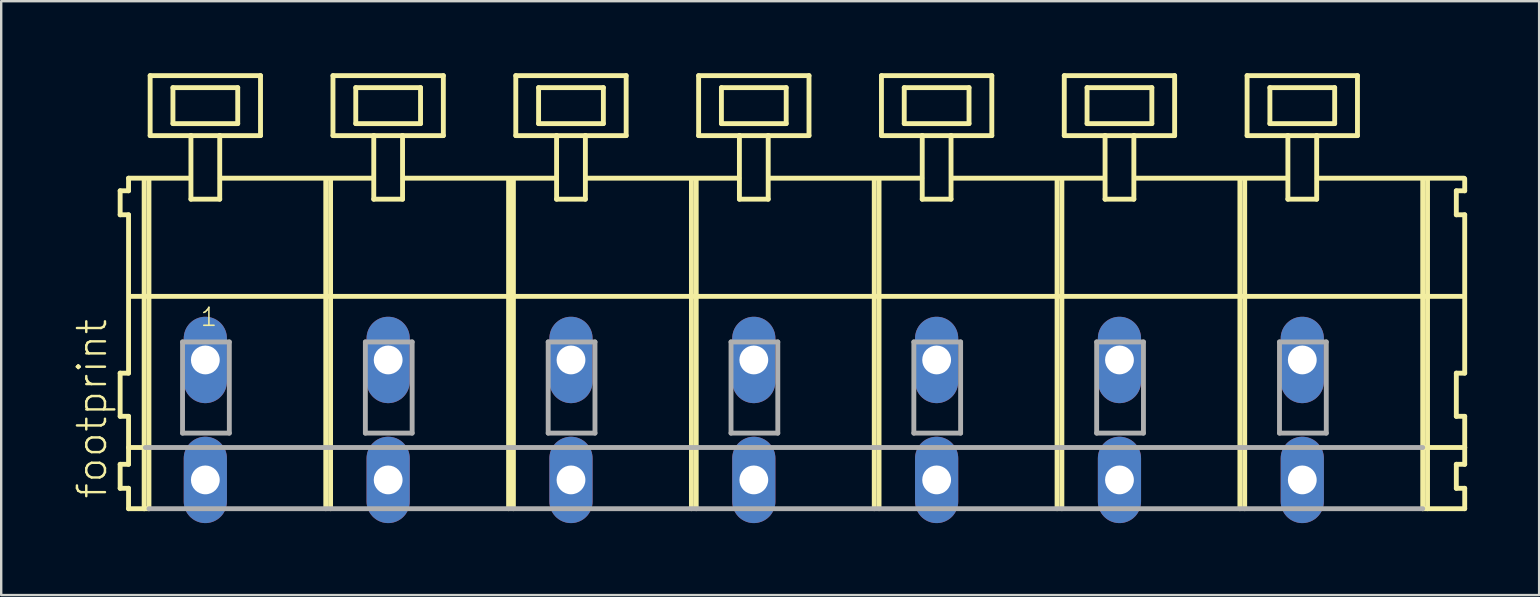
<source format=kicad_pcb>
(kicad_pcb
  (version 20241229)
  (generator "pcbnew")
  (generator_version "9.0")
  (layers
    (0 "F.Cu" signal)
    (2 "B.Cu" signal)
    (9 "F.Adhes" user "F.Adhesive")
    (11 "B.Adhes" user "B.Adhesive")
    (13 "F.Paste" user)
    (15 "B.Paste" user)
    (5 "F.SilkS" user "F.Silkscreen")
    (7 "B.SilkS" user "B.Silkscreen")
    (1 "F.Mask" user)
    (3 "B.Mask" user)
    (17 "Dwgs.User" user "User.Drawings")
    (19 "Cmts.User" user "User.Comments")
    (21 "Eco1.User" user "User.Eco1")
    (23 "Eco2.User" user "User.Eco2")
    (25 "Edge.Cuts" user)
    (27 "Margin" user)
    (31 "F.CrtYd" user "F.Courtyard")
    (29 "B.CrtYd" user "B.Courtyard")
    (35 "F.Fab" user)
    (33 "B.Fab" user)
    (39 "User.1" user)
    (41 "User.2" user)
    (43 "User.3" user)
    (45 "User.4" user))
  (footprint "footprint"
    (layer "F.Cu")
    (at 25.828 11.952)
    (property "Reference" "footprint" (at -24.355 5.855 90) (layer "F.SilkS") (effects (font (size 1.168 1.168) (thickness 0.102)) (justify left bottom)))
    (fp_line (start -23.87 -7.05) (end -23.87 -6.05) (stroke (width 0.203) (type solid)) (layer "F.SilkS"))
    (fp_line (start -23.87 -6.05) (end -23.52 -6.05) (stroke (width 0.203) (type solid)) (layer "F.SilkS"))
    (fp_line (start -23.87 0.55) (end -23.87 2.35) (stroke (width 0.203) (type solid)) (layer "F.SilkS"))
    (fp_line (start -23.87 2.35) (end -23.52 2.35) (stroke (width 0.203) (type solid)) (layer "F.SilkS"))
    (fp_line (start -23.87 4.35) (end -23.87 5.35) (stroke (width 0.203) (type solid)) (layer "F.SilkS"))
    (fp_line (start -23.87 5.35) (end -23.52 5.35) (stroke (width 0.203) (type solid)) (layer "F.SilkS"))
    (fp_line (start -23.52 -7.575) (end -23.52 -7.05) (stroke (width 0.203) (type solid)) (layer "F.SilkS"))
    (fp_line (start -23.52 -7.575) (end -20.945 -7.575) (stroke (width 0.203) (type solid)) (layer "F.SilkS"))
    (fp_line (start -23.52 -7.05) (end -23.87 -7.05) (stroke (width 0.203) (type solid)) (layer "F.SilkS"))
    (fp_line (start -23.52 -6.05) (end -23.52 0.55) (stroke (width 0.203) (type solid)) (layer "F.SilkS"))
    (fp_line (start -23.52 0.55) (end -23.87 0.55) (stroke (width 0.203) (type solid)) (layer "F.SilkS"))
    (fp_line (start -23.52 2.35) (end -23.52 4.35) (stroke (width 0.203) (type solid)) (layer "F.SilkS"))
    (fp_line (start -23.52 3.65) (end -22.82 3.65) (stroke (width 0.203) (type solid)) (layer "F.SilkS"))
    (fp_line (start -23.52 4.35) (end -23.87 4.35) (stroke (width 0.203) (type solid)) (layer "F.SilkS"))
    (fp_line (start -23.52 5.35) (end -23.52 6.2) (stroke (width 0.203) (type solid)) (layer "F.SilkS"))
    (fp_line (start -23.52 6.2) (end -22.87 6.2) (stroke (width 0.203) (type solid)) (layer "F.SilkS"))
    (fp_line (start -23.47 -2.65) (end 32.12 -2.65) (stroke (width 0.203) (type solid)) (layer "F.SilkS"))
    (fp_line (start -22.87 -7.55) (end -22.87 6.2) (stroke (width 0.203) (type solid)) (layer "F.SilkS"))
    (fp_line (start -22.87 6.2) (end -22.67 6.2) (stroke (width 0.203) (type solid)) (layer "F.SilkS"))
    (fp_line (start -22.67 -7.55) (end -22.67 6.2) (stroke (width 0.203) (type solid)) (layer "F.SilkS"))
    (fp_line (start -22.62 -11.85) (end -22.62 -9.35) (stroke (width 0.203) (type solid)) (layer "F.SilkS"))
    (fp_line (start -22.62 -9.35) (end -20.92 -9.35) (stroke (width 0.203) (type solid)) (layer "F.SilkS"))
    (fp_line (start -21.67 -11.35) (end -21.67 -9.85) (stroke (width 0.203) (type solid)) (layer "F.SilkS"))
    (fp_line (start -21.67 -9.85) (end -18.97 -9.85) (stroke (width 0.203) (type solid)) (layer "F.SilkS"))
    (fp_line (start -20.92 -9.35) (end -20.92 -6.7) (stroke (width 0.203) (type solid)) (layer "F.SilkS"))
    (fp_line (start -20.92 -9.35) (end -19.72 -9.35) (stroke (width 0.203) (type solid)) (layer "F.SilkS"))
    (fp_line (start -20.92 -6.7) (end -19.72 -6.7) (stroke (width 0.203) (type solid)) (layer "F.SilkS"))
    (fp_line (start -19.72 -9.35) (end -18.02 -9.35) (stroke (width 0.203) (type solid)) (layer "F.SilkS"))
    (fp_line (start -19.72 -6.7) (end -19.72 -9.35) (stroke (width 0.203) (type solid)) (layer "F.SilkS"))
    (fp_line (start -19.695 -7.575) (end -13.321 -7.575) (stroke (width 0.203) (type solid)) (layer "F.SilkS"))
    (fp_line (start -18.97 -11.35) (end -21.67 -11.35) (stroke (width 0.203) (type solid)) (layer "F.SilkS"))
    (fp_line (start -18.97 -9.85) (end -18.97 -11.35) (stroke (width 0.203) (type solid)) (layer "F.SilkS"))
    (fp_line (start -18.02 -11.85) (end -22.62 -11.85) (stroke (width 0.203) (type solid)) (layer "F.SilkS"))
    (fp_line (start -18.02 -9.35) (end -18.02 -11.85) (stroke (width 0.203) (type solid)) (layer "F.SilkS"))
    (fp_line (start -15.3 -7.55) (end -15.3 6.2) (stroke (width 0.203) (type solid)) (layer "F.SilkS"))
    (fp_line (start -15.1 -7.55) (end -15.1 6.2) (stroke (width 0.203) (type solid)) (layer "F.SilkS"))
    (fp_line (start -15 -11.85) (end -15 -9.35) (stroke (width 0.203) (type solid)) (layer "F.SilkS"))
    (fp_line (start -15 -9.35) (end -13.3 -9.35) (stroke (width 0.203) (type solid)) (layer "F.SilkS"))
    (fp_line (start -14.05 -11.35) (end -14.05 -9.85) (stroke (width 0.203) (type solid)) (layer "F.SilkS"))
    (fp_line (start -14.05 -9.85) (end -11.35 -9.85) (stroke (width 0.203) (type solid)) (layer "F.SilkS"))
    (fp_line (start -13.3 -9.35) (end -13.3 -6.7) (stroke (width 0.203) (type solid)) (layer "F.SilkS"))
    (fp_line (start -13.3 -9.35) (end -12.1 -9.35) (stroke (width 0.203) (type solid)) (layer "F.SilkS"))
    (fp_line (start -13.3 -6.7) (end -12.1 -6.7) (stroke (width 0.203) (type solid)) (layer "F.SilkS"))
    (fp_line (start -12.1 -9.35) (end -10.4 -9.35) (stroke (width 0.203) (type solid)) (layer "F.SilkS"))
    (fp_line (start -12.1 -6.7) (end -12.1 -9.35) (stroke (width 0.203) (type solid)) (layer "F.SilkS"))
    (fp_line (start -12.075 -7.575) (end -5.701 -7.575) (stroke (width 0.203) (type solid)) (layer "F.SilkS"))
    (fp_line (start -11.35 -11.35) (end -14.05 -11.35) (stroke (width 0.203) (type solid)) (layer "F.SilkS"))
    (fp_line (start -11.35 -9.85) (end -11.35 -11.35) (stroke (width 0.203) (type solid)) (layer "F.SilkS"))
    (fp_line (start -10.4 -11.85) (end -15 -11.85) (stroke (width 0.203) (type solid)) (layer "F.SilkS"))
    (fp_line (start -10.4 -9.35) (end -10.4 -11.85) (stroke (width 0.203) (type solid)) (layer "F.SilkS"))
    (fp_line (start -7.68 -7.55) (end -7.68 6.2) (stroke (width 0.203) (type solid)) (layer "F.SilkS"))
    (fp_line (start -7.48 -7.55) (end -7.48 6.2) (stroke (width 0.203) (type solid)) (layer "F.SilkS"))
    (fp_line (start -7.38 -11.85) (end -7.38 -9.35) (stroke (width 0.203) (type solid)) (layer "F.SilkS"))
    (fp_line (start -7.38 -9.35) (end -5.68 -9.35) (stroke (width 0.203) (type solid)) (layer "F.SilkS"))
    (fp_line (start -6.43 -11.35) (end -6.43 -9.85) (stroke (width 0.203) (type solid)) (layer "F.SilkS"))
    (fp_line (start -6.43 -9.85) (end -3.73 -9.85) (stroke (width 0.203) (type solid)) (layer "F.SilkS"))
    (fp_line (start -5.68 -9.35) (end -5.68 -6.7) (stroke (width 0.203) (type solid)) (layer "F.SilkS"))
    (fp_line (start -5.68 -9.35) (end -4.48 -9.35) (stroke (width 0.203) (type solid)) (layer "F.SilkS"))
    (fp_line (start -5.68 -6.7) (end -4.48 -6.7) (stroke (width 0.203) (type solid)) (layer "F.SilkS"))
    (fp_line (start -4.48 -9.35) (end -2.78 -9.35) (stroke (width 0.203) (type solid)) (layer "F.SilkS"))
    (fp_line (start -4.48 -6.7) (end -4.48 -9.35) (stroke (width 0.203) (type solid)) (layer "F.SilkS"))
    (fp_line (start -4.455 -7.575) (end 1.919 -7.575) (stroke (width 0.203) (type solid)) (layer "F.SilkS"))
    (fp_line (start -3.73 -11.35) (end -6.43 -11.35) (stroke (width 0.203) (type solid)) (layer "F.SilkS"))
    (fp_line (start -3.73 -9.85) (end -3.73 -11.35) (stroke (width 0.203) (type solid)) (layer "F.SilkS"))
    (fp_line (start -2.78 -11.85) (end -7.38 -11.85) (stroke (width 0.203) (type solid)) (layer "F.SilkS"))
    (fp_line (start -2.78 -9.35) (end -2.78 -11.85) (stroke (width 0.203) (type solid)) (layer "F.SilkS"))
    (fp_line (start -0.06 -7.55) (end -0.06 6.2) (stroke (width 0.203) (type solid)) (layer "F.SilkS"))
    (fp_line (start 0.14 -7.55) (end 0.14 6.2) (stroke (width 0.203) (type solid)) (layer "F.SilkS"))
    (fp_line (start 0.24 -11.85) (end 0.24 -9.35) (stroke (width 0.203) (type solid)) (layer "F.SilkS"))
    (fp_line (start 0.24 -9.35) (end 1.94 -9.35) (stroke (width 0.203) (type solid)) (layer "F.SilkS"))
    (fp_line (start 1.19 -11.35) (end 1.19 -9.85) (stroke (width 0.203) (type solid)) (layer "F.SilkS"))
    (fp_line (start 1.19 -9.85) (end 3.89 -9.85) (stroke (width 0.203) (type solid)) (layer "F.SilkS"))
    (fp_line (start 1.94 -9.35) (end 1.94 -6.7) (stroke (width 0.203) (type solid)) (layer "F.SilkS"))
    (fp_line (start 1.94 -9.35) (end 3.14 -9.35) (stroke (width 0.203) (type solid)) (layer "F.SilkS"))
    (fp_line (start 1.94 -6.7) (end 3.14 -6.7) (stroke (width 0.203) (type solid)) (layer "F.SilkS"))
    (fp_line (start 3.14 -9.35) (end 4.84 -9.35) (stroke (width 0.203) (type solid)) (layer "F.SilkS"))
    (fp_line (start 3.14 -6.7) (end 3.14 -9.35) (stroke (width 0.203) (type solid)) (layer "F.SilkS"))
    (fp_line (start 3.165 -7.575) (end 9.539 -7.575) (stroke (width 0.203) (type solid)) (layer "F.SilkS"))
    (fp_line (start 3.89 -11.35) (end 1.19 -11.35) (stroke (width 0.203) (type solid)) (layer "F.SilkS"))
    (fp_line (start 3.89 -9.85) (end 3.89 -11.35) (stroke (width 0.203) (type solid)) (layer "F.SilkS"))
    (fp_line (start 4.84 -11.85) (end 0.24 -11.85) (stroke (width 0.203) (type solid)) (layer "F.SilkS"))
    (fp_line (start 4.84 -9.35) (end 4.84 -11.85) (stroke (width 0.203) (type solid)) (layer "F.SilkS"))
    (fp_line (start 7.56 -7.55) (end 7.56 6.2) (stroke (width 0.203) (type solid)) (layer "F.SilkS"))
    (fp_line (start 7.76 -7.55) (end 7.76 6.2) (stroke (width 0.203) (type solid)) (layer "F.SilkS"))
    (fp_line (start 7.86 -11.85) (end 7.86 -9.35) (stroke (width 0.203) (type solid)) (layer "F.SilkS"))
    (fp_line (start 7.86 -9.35) (end 9.56 -9.35) (stroke (width 0.203) (type solid)) (layer "F.SilkS"))
    (fp_line (start 8.81 -11.35) (end 8.81 -9.85) (stroke (width 0.203) (type solid)) (layer "F.SilkS"))
    (fp_line (start 8.81 -9.85) (end 11.51 -9.85) (stroke (width 0.203) (type solid)) (layer "F.SilkS"))
    (fp_line (start 9.56 -9.35) (end 9.56 -6.7) (stroke (width 0.203) (type solid)) (layer "F.SilkS"))
    (fp_line (start 9.56 -9.35) (end 10.76 -9.35) (stroke (width 0.203) (type solid)) (layer "F.SilkS"))
    (fp_line (start 9.56 -6.7) (end 10.76 -6.7) (stroke (width 0.203) (type solid)) (layer "F.SilkS"))
    (fp_line (start 10.76 -9.35) (end 12.46 -9.35) (stroke (width 0.203) (type solid)) (layer "F.SilkS"))
    (fp_line (start 10.76 -6.7) (end 10.76 -9.35) (stroke (width 0.203) (type solid)) (layer "F.SilkS"))
    (fp_line (start 10.785 -7.575) (end 17.159 -7.575) (stroke (width 0.203) (type solid)) (layer "F.SilkS"))
    (fp_line (start 11.51 -11.35) (end 8.81 -11.35) (stroke (width 0.203) (type solid)) (layer "F.SilkS"))
    (fp_line (start 11.51 -9.85) (end 11.51 -11.35) (stroke (width 0.203) (type solid)) (layer "F.SilkS"))
    (fp_line (start 12.46 -11.85) (end 7.86 -11.85) (stroke (width 0.203) (type solid)) (layer "F.SilkS"))
    (fp_line (start 12.46 -9.35) (end 12.46 -11.85) (stroke (width 0.203) (type solid)) (layer "F.SilkS"))
    (fp_line (start 15.18 -7.55) (end 15.18 6.2) (stroke (width 0.203) (type solid)) (layer "F.SilkS"))
    (fp_line (start 15.38 -7.55) (end 15.38 6.2) (stroke (width 0.203) (type solid)) (layer "F.SilkS"))
    (fp_line (start 15.48 -11.85) (end 15.48 -9.35) (stroke (width 0.203) (type solid)) (layer "F.SilkS"))
    (fp_line (start 15.48 -9.35) (end 17.18 -9.35) (stroke (width 0.203) (type solid)) (layer "F.SilkS"))
    (fp_line (start 16.43 -11.35) (end 16.43 -9.85) (stroke (width 0.203) (type solid)) (layer "F.SilkS"))
    (fp_line (start 16.43 -9.85) (end 19.13 -9.85) (stroke (width 0.203) (type solid)) (layer "F.SilkS"))
    (fp_line (start 17.18 -9.35) (end 17.18 -6.7) (stroke (width 0.203) (type solid)) (layer "F.SilkS"))
    (fp_line (start 17.18 -9.35) (end 18.38 -9.35) (stroke (width 0.203) (type solid)) (layer "F.SilkS"))
    (fp_line (start 17.18 -6.7) (end 18.38 -6.7) (stroke (width 0.203) (type solid)) (layer "F.SilkS"))
    (fp_line (start 18.38 -9.35) (end 20.08 -9.35) (stroke (width 0.203) (type solid)) (layer "F.SilkS"))
    (fp_line (start 18.38 -6.7) (end 18.38 -9.35) (stroke (width 0.203) (type solid)) (layer "F.SilkS"))
    (fp_line (start 18.405 -7.575) (end 24.779 -7.575) (stroke (width 0.203) (type solid)) (layer "F.SilkS"))
    (fp_line (start 19.13 -11.35) (end 16.43 -11.35) (stroke (width 0.203) (type solid)) (layer "F.SilkS"))
    (fp_line (start 19.13 -9.85) (end 19.13 -11.35) (stroke (width 0.203) (type solid)) (layer "F.SilkS"))
    (fp_line (start 20.08 -11.85) (end 15.48 -11.85) (stroke (width 0.203) (type solid)) (layer "F.SilkS"))
    (fp_line (start 20.08 -9.35) (end 20.08 -11.85) (stroke (width 0.203) (type solid)) (layer "F.SilkS"))
    (fp_line (start 22.8 -7.55) (end 22.8 6.2) (stroke (width 0.203) (type solid)) (layer "F.SilkS"))
    (fp_line (start 23 -7.55) (end 23 6.2) (stroke (width 0.203) (type solid)) (layer "F.SilkS"))
    (fp_line (start 23.1 -11.85) (end 23.1 -9.35) (stroke (width 0.203) (type solid)) (layer "F.SilkS"))
    (fp_line (start 23.1 -9.35) (end 24.8 -9.35) (stroke (width 0.203) (type solid)) (layer "F.SilkS"))
    (fp_line (start 24.05 -11.35) (end 24.05 -9.85) (stroke (width 0.203) (type solid)) (layer "F.SilkS"))
    (fp_line (start 24.05 -9.85) (end 26.75 -9.85) (stroke (width 0.203) (type solid)) (layer "F.SilkS"))
    (fp_line (start 24.8 -9.35) (end 24.8 -6.7) (stroke (width 0.203) (type solid)) (layer "F.SilkS"))
    (fp_line (start 24.8 -9.35) (end 26 -9.35) (stroke (width 0.203) (type solid)) (layer "F.SilkS"))
    (fp_line (start 24.8 -6.7) (end 26 -6.7) (stroke (width 0.203) (type solid)) (layer "F.SilkS"))
    (fp_line (start 26 -9.35) (end 27.7 -9.35) (stroke (width 0.203) (type solid)) (layer "F.SilkS"))
    (fp_line (start 26 -6.7) (end 26 -9.35) (stroke (width 0.203) (type solid)) (layer "F.SilkS"))
    (fp_line (start 26.025 -7.575) (end 32.145 -7.575) (stroke (width 0.203) (type solid)) (layer "F.SilkS"))
    (fp_line (start 26.75 -11.35) (end 24.05 -11.35) (stroke (width 0.203) (type solid)) (layer "F.SilkS"))
    (fp_line (start 26.75 -9.85) (end 26.75 -11.35) (stroke (width 0.203) (type solid)) (layer "F.SilkS"))
    (fp_line (start 27.7 -11.85) (end 23.1 -11.85) (stroke (width 0.203) (type solid)) (layer "F.SilkS"))
    (fp_line (start 27.7 -9.35) (end 27.7 -11.85) (stroke (width 0.203) (type solid)) (layer "F.SilkS"))
    (fp_line (start 30.42 -7.55) (end 30.42 6.2) (stroke (width 0.203) (type solid)) (layer "F.SilkS"))
    (fp_line (start 30.42 6.2) (end 32.17 6.2) (stroke (width 0.203) (type solid)) (layer "F.SilkS"))
    (fp_line (start 30.47 3.65) (end 32.17 3.65) (stroke (width 0.203) (type solid)) (layer "F.SilkS"))
    (fp_line (start 30.62 -7.55) (end 30.62 6.2) (stroke (width 0.203) (type solid)) (layer "F.SilkS"))
    (fp_line (start 31.82 -7.05) (end 31.82 -6.05) (stroke (width 0.203) (type solid)) (layer "F.SilkS"))
    (fp_line (start 31.82 -6.05) (end 32.17 -6.05) (stroke (width 0.203) (type solid)) (layer "F.SilkS"))
    (fp_line (start 31.82 0.55) (end 31.82 2.35) (stroke (width 0.203) (type solid)) (layer "F.SilkS"))
    (fp_line (start 31.82 2.35) (end 32.17 2.35) (stroke (width 0.203) (type solid)) (layer "F.SilkS"))
    (fp_line (start 31.82 4.35) (end 31.82 5.35) (stroke (width 0.203) (type solid)) (layer "F.SilkS"))
    (fp_line (start 31.82 5.35) (end 32.17 5.35) (stroke (width 0.203) (type solid)) (layer "F.SilkS"))
    (fp_line (start 32.17 -7.05) (end 31.82 -7.05) (stroke (width 0.203) (type solid)) (layer "F.SilkS"))
    (fp_line (start 32.17 -7.05) (end 32.17 -7.55) (stroke (width 0.203) (type solid)) (layer "F.SilkS"))
    (fp_line (start 32.17 0.55) (end 31.82 0.55) (stroke (width 0.203) (type solid)) (layer "F.SilkS"))
    (fp_line (start 32.17 0.55) (end 32.17 -6.05) (stroke (width 0.203) (type solid)) (layer "F.SilkS"))
    (fp_line (start 32.17 3.65) (end 32.17 2.35) (stroke (width 0.203) (type solid)) (layer "F.SilkS"))
    (fp_line (start 32.17 4.35) (end 31.82 4.35) (stroke (width 0.203) (type solid)) (layer "F.SilkS"))
    (fp_line (start 32.17 4.35) (end 32.17 3.65) (stroke (width 0.203) (type solid)) (layer "F.SilkS"))
    (fp_line (start 32.17 6.2) (end 32.17 5.35) (stroke (width 0.203) (type solid)) (layer "F.SilkS"))
    (fp_line (start -22.82 3.65) (end 30.42 3.65) (stroke (width 0.203) (type solid)) (layer "F.Fab"))
    (fp_line (start -22.67 6.2) (end 30.42 6.2) (stroke (width 0.203) (type solid)) (layer "F.Fab"))
    (fp_line (start -21.27 -0.75) (end -21.27 3.05) (stroke (width 0.203) (type solid)) (layer "F.Fab"))
    (fp_line (start -21.27 3.05) (end -19.32 3.05) (stroke (width 0.203) (type solid)) (layer "F.Fab"))
    (fp_line (start -19.32 -0.75) (end -21.27 -0.75) (stroke (width 0.203) (type solid)) (layer "F.Fab"))
    (fp_line (start -19.32 3.05) (end -19.32 -0.75) (stroke (width 0.203) (type solid)) (layer "F.Fab"))
    (fp_line (start -13.65 -0.75) (end -13.65 3.05) (stroke (width 0.203) (type solid)) (layer "F.Fab"))
    (fp_line (start -13.65 3.05) (end -11.7 3.05) (stroke (width 0.203) (type solid)) (layer "F.Fab"))
    (fp_line (start -11.7 -0.75) (end -13.65 -0.75) (stroke (width 0.203) (type solid)) (layer "F.Fab"))
    (fp_line (start -11.7 3.05) (end -11.7 -0.75) (stroke (width 0.203) (type solid)) (layer "F.Fab"))
    (fp_line (start -6.03 -0.75) (end -6.03 3.05) (stroke (width 0.203) (type solid)) (layer "F.Fab"))
    (fp_line (start -6.03 3.05) (end -4.08 3.05) (stroke (width 0.203) (type solid)) (layer "F.Fab"))
    (fp_line (start -4.08 -0.75) (end -6.03 -0.75) (stroke (width 0.203) (type solid)) (layer "F.Fab"))
    (fp_line (start -4.08 3.05) (end -4.08 -0.75) (stroke (width 0.203) (type solid)) (layer "F.Fab"))
    (fp_line (start 1.59 -0.75) (end 1.59 3.05) (stroke (width 0.203) (type solid)) (layer "F.Fab"))
    (fp_line (start 1.59 3.05) (end 3.54 3.05) (stroke (width 0.203) (type solid)) (layer "F.Fab"))
    (fp_line (start 3.54 -0.75) (end 1.59 -0.75) (stroke (width 0.203) (type solid)) (layer "F.Fab"))
    (fp_line (start 3.54 3.05) (end 3.54 -0.75) (stroke (width 0.203) (type solid)) (layer "F.Fab"))
    (fp_line (start 9.21 -0.75) (end 9.21 3.05) (stroke (width 0.203) (type solid)) (layer "F.Fab"))
    (fp_line (start 9.21 3.05) (end 11.16 3.05) (stroke (width 0.203) (type solid)) (layer "F.Fab"))
    (fp_line (start 11.16 -0.75) (end 9.21 -0.75) (stroke (width 0.203) (type solid)) (layer "F.Fab"))
    (fp_line (start 11.16 3.05) (end 11.16 -0.75) (stroke (width 0.203) (type solid)) (layer "F.Fab"))
    (fp_line (start 16.83 -0.75) (end 16.83 3.05) (stroke (width 0.203) (type solid)) (layer "F.Fab"))
    (fp_line (start 16.83 3.05) (end 18.78 3.05) (stroke (width 0.203) (type solid)) (layer "F.Fab"))
    (fp_line (start 18.78 -0.75) (end 16.83 -0.75) (stroke (width 0.203) (type solid)) (layer "F.Fab"))
    (fp_line (start 18.78 3.05) (end 18.78 -0.75) (stroke (width 0.203) (type solid)) (layer "F.Fab"))
    (fp_line (start 24.45 -0.75) (end 24.45 3.05) (stroke (width 0.203) (type solid)) (layer "F.Fab"))
    (fp_line (start 24.45 3.05) (end 26.4 3.05) (stroke (width 0.203) (type solid)) (layer "F.Fab"))
    (fp_line (start 26.4 -0.75) (end 24.45 -0.75) (stroke (width 0.203) (type solid)) (layer "F.Fab"))
    (fp_line (start 26.4 3.05) (end 26.4 -0.75) (stroke (width 0.203) (type solid)) (layer "F.Fab"))
    (fp_text user "1" (at -20.57 -1.35 0) (layer "F.SilkS") (effects (font (size 0.748 0.748) (thickness 0.065)) (justify left bottom)))
    (pad "A1" thru_hole oval (at -20.32 0 90) (size 3.6 1.8) (drill 1.2) (layers "*.Cu" "*.Mask"))
    (pad "A2" thru_hole oval (at -12.7 0 90) (size 3.6 1.8) (drill 1.2) (layers "*.Cu" "*.Mask"))
    (pad "A3" thru_hole oval (at -5.08 0 90) (size 3.6 1.8) (drill 1.2) (layers "*.Cu" "*.Mask"))
    (pad "A4" thru_hole oval (at 2.54 0 90) (size 3.6 1.8) (drill 1.2) (layers "*.Cu" "*.Mask"))
    (pad "A5" thru_hole oval (at 10.16 0 90) (size 3.6 1.8) (drill 1.2) (layers "*.Cu" "*.Mask"))
    (pad "A6" thru_hole oval (at 17.78 0 90) (size 3.6 1.8) (drill 1.2) (layers "*.Cu" "*.Mask"))
    (pad "A7" thru_hole oval (at 25.4 0 90) (size 3.6 1.8) (drill 1.2) (layers "*.Cu" "*.Mask"))
    (pad "B1" thru_hole oval (at -20.32 5 90) (size 3.6 1.8) (drill 1.2) (layers "*.Cu" "*.Mask"))
    (pad "B2" thru_hole oval (at -12.7 5 90) (size 3.6 1.8) (drill 1.2) (layers "*.Cu" "*.Mask"))
    (pad "B3" thru_hole oval (at -5.08 5 90) (size 3.6 1.8) (drill 1.2) (layers "*.Cu" "*.Mask"))
    (pad "B4" thru_hole oval (at 2.54 5 90) (size 3.6 1.8) (drill 1.2) (layers "*.Cu" "*.Mask"))
    (pad "B5" thru_hole oval (at 10.16 5 90) (size 3.6 1.8) (drill 1.2) (layers "*.Cu" "*.Mask"))
    (pad "B6" thru_hole oval (at 17.78 5 90) (size 3.6 1.8) (drill 1.2) (layers "*.Cu" "*.Mask"))
    (pad "B7" thru_hole oval (at 25.4 5 90) (size 3.6 1.8) (drill 1.2) (layers "*.Cu" "*.Mask")))
  (gr_rect
    (start -3 -3)
    (end 61.1 21.752)
    (stroke (width 0.1) (type default))
    (fill no)
    (layer "Edge.Cuts")))
</source>
